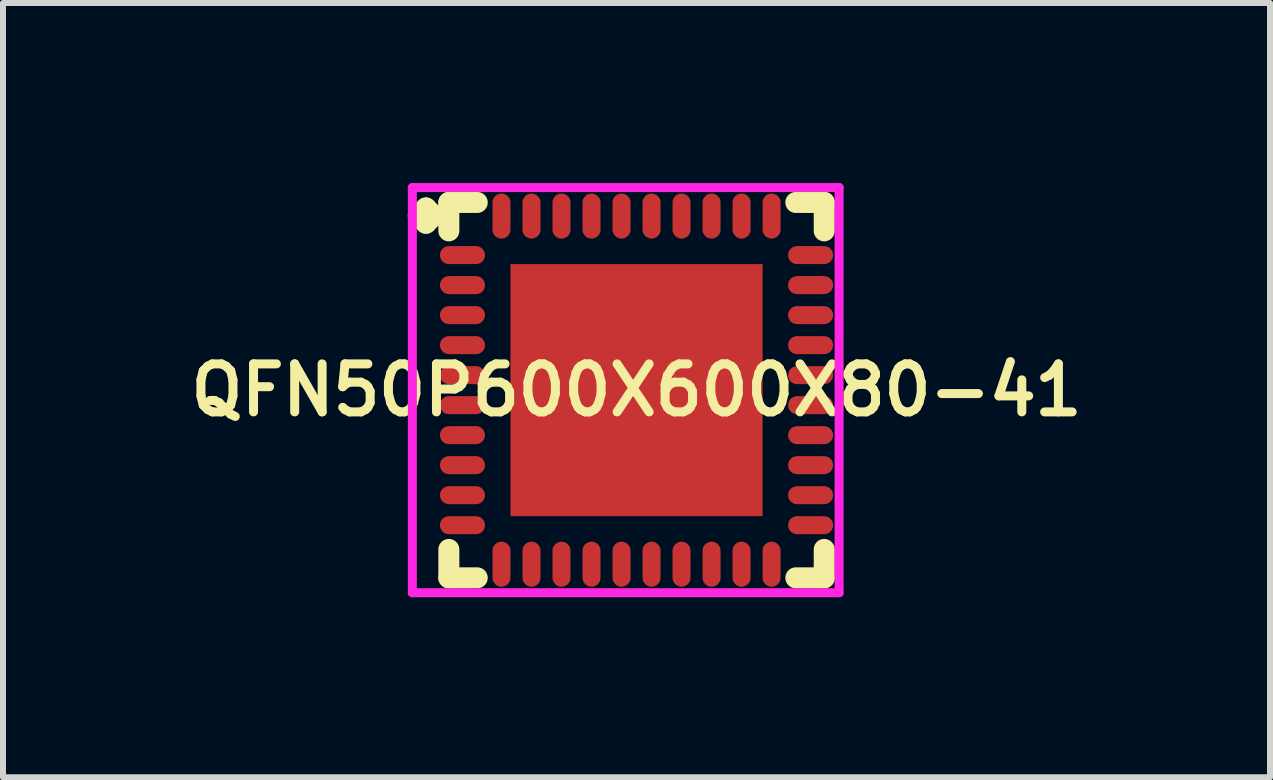
<source format=kicad_pcb>
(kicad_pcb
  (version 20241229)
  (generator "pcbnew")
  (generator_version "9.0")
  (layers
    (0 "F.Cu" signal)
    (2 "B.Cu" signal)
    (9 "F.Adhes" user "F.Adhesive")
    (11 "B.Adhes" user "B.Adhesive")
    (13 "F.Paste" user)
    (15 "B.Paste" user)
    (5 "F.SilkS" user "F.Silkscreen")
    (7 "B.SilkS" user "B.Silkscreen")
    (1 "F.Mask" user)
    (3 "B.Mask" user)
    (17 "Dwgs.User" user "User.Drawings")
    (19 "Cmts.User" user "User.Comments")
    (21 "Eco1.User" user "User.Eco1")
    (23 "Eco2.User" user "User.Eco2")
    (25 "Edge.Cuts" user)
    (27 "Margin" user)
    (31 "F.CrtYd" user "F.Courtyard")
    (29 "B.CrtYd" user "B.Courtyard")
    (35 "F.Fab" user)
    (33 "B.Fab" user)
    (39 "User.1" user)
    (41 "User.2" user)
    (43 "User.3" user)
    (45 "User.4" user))
  (footprint "QFN50P600X600X80-41"
    (layer "F.Cu")
    (at 7.555 3.45)
    (property "Reference" "QFN50P600X600X80-41" (at 0 0 0) (layer "F.SilkS") (effects (font (size 0.8 0.8) (thickness 0.15))))
    (attr through_hole)
    (fp_line (start -3.635 -2.908) (end -3.508 -3.035) (stroke (width 0.35) (type solid)) (layer "F.SilkS"))
    (fp_line (start -3.508 -3.035) (end -3.381 -2.908) (stroke (width 0.35) (type solid)) (layer "F.SilkS"))
    (fp_line (start -3.508 -2.781) (end -3.635 -2.908) (stroke (width 0.35) (type solid)) (layer "F.SilkS"))
    (fp_line (start -3.381 -2.908) (end -3.508 -2.781) (stroke (width 0.35) (type solid)) (layer "F.SilkS"))
    (fp_line (start -3.127 -3.127) (end -2.654 -3.127) (stroke (width 0.35) (type solid)) (layer "F.SilkS"))
    (fp_line (start -3.127 -2.654) (end -3.127 -3.127) (stroke (width 0.35) (type solid)) (layer "F.SilkS"))
    (fp_line (start -3.127 2.654) (end -3.127 3.127) (stroke (width 0.35) (type solid)) (layer "F.SilkS"))
    (fp_line (start -3.127 3.127) (end -2.654 3.127) (stroke (width 0.35) (type solid)) (layer "F.SilkS"))
    (fp_line (start 2.654 -3.127) (end 3.127 -3.127) (stroke (width 0.35) (type solid)) (layer "F.SilkS"))
    (fp_line (start 2.654 3.127) (end 3.127 3.127) (stroke (width 0.35) (type solid)) (layer "F.SilkS"))
    (fp_line (start 3.127 -3.127) (end 3.127 -2.654) (stroke (width 0.35) (type solid)) (layer "F.SilkS"))
    (fp_line (start 3.127 3.127) (end 3.127 2.654) (stroke (width 0.35) (type solid)) (layer "F.SilkS"))
    (fp_line (start -3.735 -3.375) (end 3.375 -3.375) (stroke (width 0.15) (type solid)) (layer "F.CrtYd"))
    (fp_line (start -3.735 3.375) (end -3.735 -3.375) (stroke (width 0.15) (type solid)) (layer "F.CrtYd"))
    (fp_line (start 3.375 -3.375) (end 3.375 3.375) (stroke (width 0.15) (type solid)) (layer "F.CrtYd"))
    (fp_line (start 3.375 3.375) (end -3.735 3.375) (stroke (width 0.15) (type solid)) (layer "F.CrtYd"))
    (pad "1" smd oval (at -2.9 -2.25) (size 0.75 0.3) (layers "F.Cu" "F.Mask" "F.Paste"))
    (pad "2" smd oval (at -2.9 -1.75) (size 0.75 0.3) (layers "F.Cu" "F.Mask" "F.Paste"))
    (pad "3" smd oval (at -2.9 -1.25) (size 0.75 0.3) (layers "F.Cu" "F.Mask" "F.Paste"))
    (pad "4" smd oval (at -2.9 -0.75) (size 0.75 0.3) (layers "F.Cu" "F.Mask" "F.Paste"))
    (pad "5" smd oval (at -2.9 -0.25) (size 0.75 0.3) (layers "F.Cu" "F.Mask" "F.Paste"))
    (pad "6" smd oval (at -2.9 0.25) (size 0.75 0.3) (layers "F.Cu" "F.Mask" "F.Paste"))
    (pad "7" smd oval (at -2.9 0.75) (size 0.75 0.3) (layers "F.Cu" "F.Mask" "F.Paste"))
    (pad "8" smd oval (at -2.9 1.25) (size 0.75 0.3) (layers "F.Cu" "F.Mask" "F.Paste"))
    (pad "9" smd oval (at -2.9 1.75) (size 0.75 0.3) (layers "F.Cu" "F.Mask" "F.Paste"))
    (pad "10" smd oval (at -2.9 2.25) (size 0.75 0.3) (layers "F.Cu" "F.Mask" "F.Paste"))
    (pad "11" smd oval (at -2.25 2.9) (size 0.3 0.75) (layers "F.Cu" "F.Mask" "F.Paste"))
    (pad "12" smd oval (at -1.75 2.9) (size 0.3 0.75) (layers "F.Cu" "F.Mask" "F.Paste"))
    (pad "13" smd oval (at -1.25 2.9) (size 0.3 0.75) (layers "F.Cu" "F.Mask" "F.Paste"))
    (pad "14" smd oval (at -0.75 2.9) (size 0.3 0.75) (layers "F.Cu" "F.Mask" "F.Paste"))
    (pad "15" smd oval (at -0.25 2.9) (size 0.3 0.75) (layers "F.Cu" "F.Mask" "F.Paste"))
    (pad "16" smd oval (at 0.25 2.9) (size 0.3 0.75) (layers "F.Cu" "F.Mask" "F.Paste"))
    (pad "17" smd oval (at 0.75 2.9) (size 0.3 0.75) (layers "F.Cu" "F.Mask" "F.Paste"))
    (pad "18" smd oval (at 1.25 2.9) (size 0.3 0.75) (layers "F.Cu" "F.Mask" "F.Paste"))
    (pad "19" smd oval (at 1.75 2.9) (size 0.3 0.75) (layers "F.Cu" "F.Mask" "F.Paste"))
    (pad "20" smd oval (at 2.25 2.9) (size 0.3 0.75) (layers "F.Cu" "F.Mask" "F.Paste"))
    (pad "21" smd oval (at 2.9 2.25) (size 0.75 0.3) (layers "F.Cu" "F.Mask" "F.Paste"))
    (pad "22" smd oval (at 2.9 1.75) (size 0.75 0.3) (layers "F.Cu" "F.Mask" "F.Paste"))
    (pad "23" smd oval (at 2.9 1.25) (size 0.75 0.3) (layers "F.Cu" "F.Mask" "F.Paste"))
    (pad "24" smd oval (at 2.9 0.75) (size 0.75 0.3) (layers "F.Cu" "F.Mask" "F.Paste"))
    (pad "25" smd oval (at 2.9 0.25) (size 0.75 0.3) (layers "F.Cu" "F.Mask" "F.Paste"))
    (pad "26" smd oval (at 2.9 -0.25) (size 0.75 0.3) (layers "F.Cu" "F.Mask" "F.Paste"))
    (pad "27" smd oval (at 2.9 -0.75) (size 0.75 0.3) (layers "F.Cu" "F.Mask" "F.Paste"))
    (pad "28" smd oval (at 2.9 -1.25) (size 0.75 0.3) (layers "F.Cu" "F.Mask" "F.Paste"))
    (pad "29" smd oval (at 2.9 -1.75) (size 0.75 0.3) (layers "F.Cu" "F.Mask" "F.Paste"))
    (pad "30" smd oval (at 2.9 -2.25) (size 0.75 0.3) (layers "F.Cu" "F.Mask" "F.Paste"))
    (pad "31" smd oval (at 2.25 -2.9) (size 0.3 0.75) (layers "F.Cu" "F.Mask" "F.Paste"))
    (pad "32" smd oval (at 1.75 -2.9) (size 0.3 0.75) (layers "F.Cu" "F.Mask" "F.Paste"))
    (pad "33" smd oval (at 1.25 -2.9) (size 0.3 0.75) (layers "F.Cu" "F.Mask" "F.Paste"))
    (pad "34" smd oval (at 0.75 -2.9) (size 0.3 0.75) (layers "F.Cu" "F.Mask" "F.Paste"))
    (pad "35" smd oval (at 0.25 -2.9) (size 0.3 0.75) (layers "F.Cu" "F.Mask" "F.Paste"))
    (pad "36" smd oval (at -0.25 -2.9) (size 0.3 0.75) (layers "F.Cu" "F.Mask" "F.Paste"))
    (pad "37" smd oval (at -0.75 -2.9) (size 0.3 0.75) (layers "F.Cu" "F.Mask" "F.Paste"))
    (pad "38" smd oval (at -1.25 -2.9) (size 0.3 0.75) (layers "F.Cu" "F.Mask" "F.Paste"))
    (pad "39" smd oval (at -1.75 -2.9) (size 0.3 0.75) (layers "F.Cu" "F.Mask" "F.Paste"))
    (pad "40" smd oval (at -2.25 -2.9) (size 0.3 0.75) (layers "F.Cu" "F.Mask" "F.Paste"))
    (pad "41" smd rect (at 0 0) (size 4.2 4.2) (layers "F.Cu" "F.Mask" "F.Paste")))
  (gr_rect
    (start -3 -3)
    (end 18.109 9.9)
    (stroke (width 0.1) (type default))
    (fill no)
    (layer "Edge.Cuts")))
</source>
